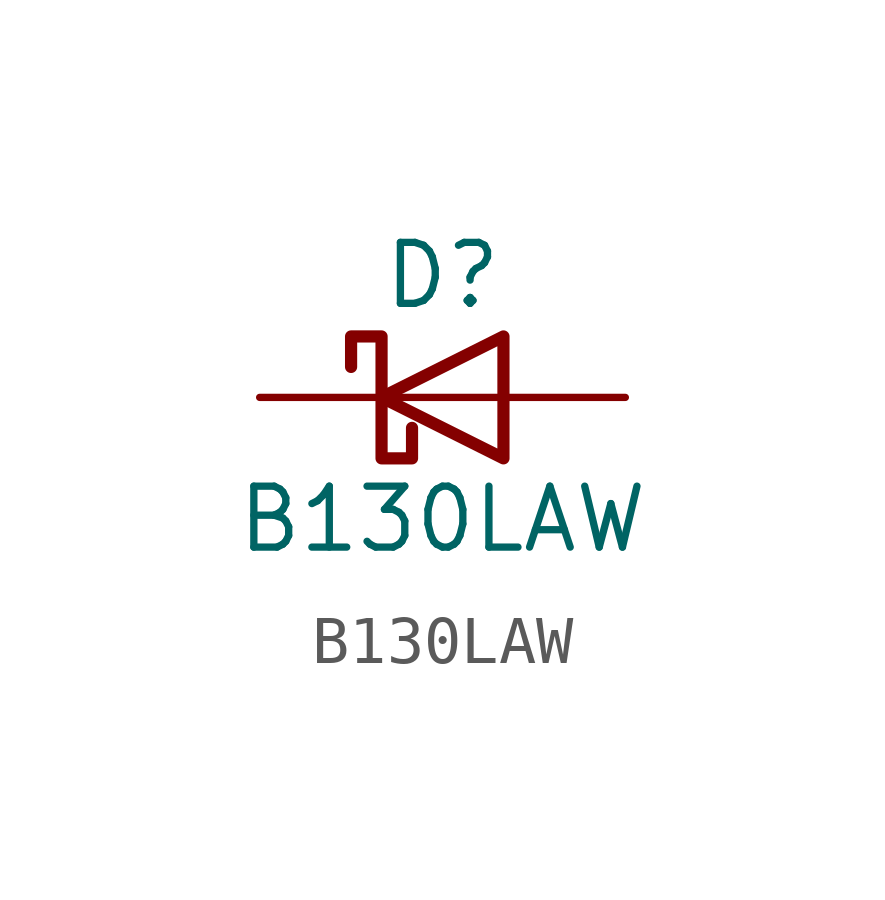
<source format=kicad_sym>
(kicad_symbol_lib
  (version 20231120)
  (generator "kicad_symbol_editor")
  (generator_version "8.0")
  (symbol "B130LAW"
    (pin_numbers hide)
    (pin_names hide)
    (property "Reference" "D"
      (at 0 2.54 0)
      (effects (font (size 1.27 1.27))))
    (property "Value" "B130LAW"
      (at 0 -2.54 0)
      (effects (font (size 1.27 1.27))))
    (symbol "B130LAW_0_1"
      (polyline (pts (xy 1.27 0) (xy -1.27 0)) (stroke (width 0) (type default)) (fill (type none)))
      (polyline (pts (xy 1.27 1.27) (xy 1.27 -1.27) (xy -1.27 0) (xy 1.27 1.27)) (stroke (width 0.254) (type default)) (fill (type none)))
      (polyline (pts (xy -1.905 0.635) (xy -1.905 1.27) (xy -1.27 1.27) (xy -1.27 -1.27) (xy -0.635 -1.27) (xy -0.635 -0.635)) (stroke (width 0.254) (type default)) (fill (type none))))
    (symbol "B130LAW_1_1"
      (pin passive line (at -3.81 0 0) (length 2.54) (name "K" (effects (font (size 1.27 1.27)))) (number "1" (effects (font (size 1.27 1.27)))))
      (pin passive line (at 3.81 0 180) (length 2.54) (name "A" (effects (font (size 1.27 1.27)))) (number "2" (effects (font (size 1.27 1.27))))))))
</source>
